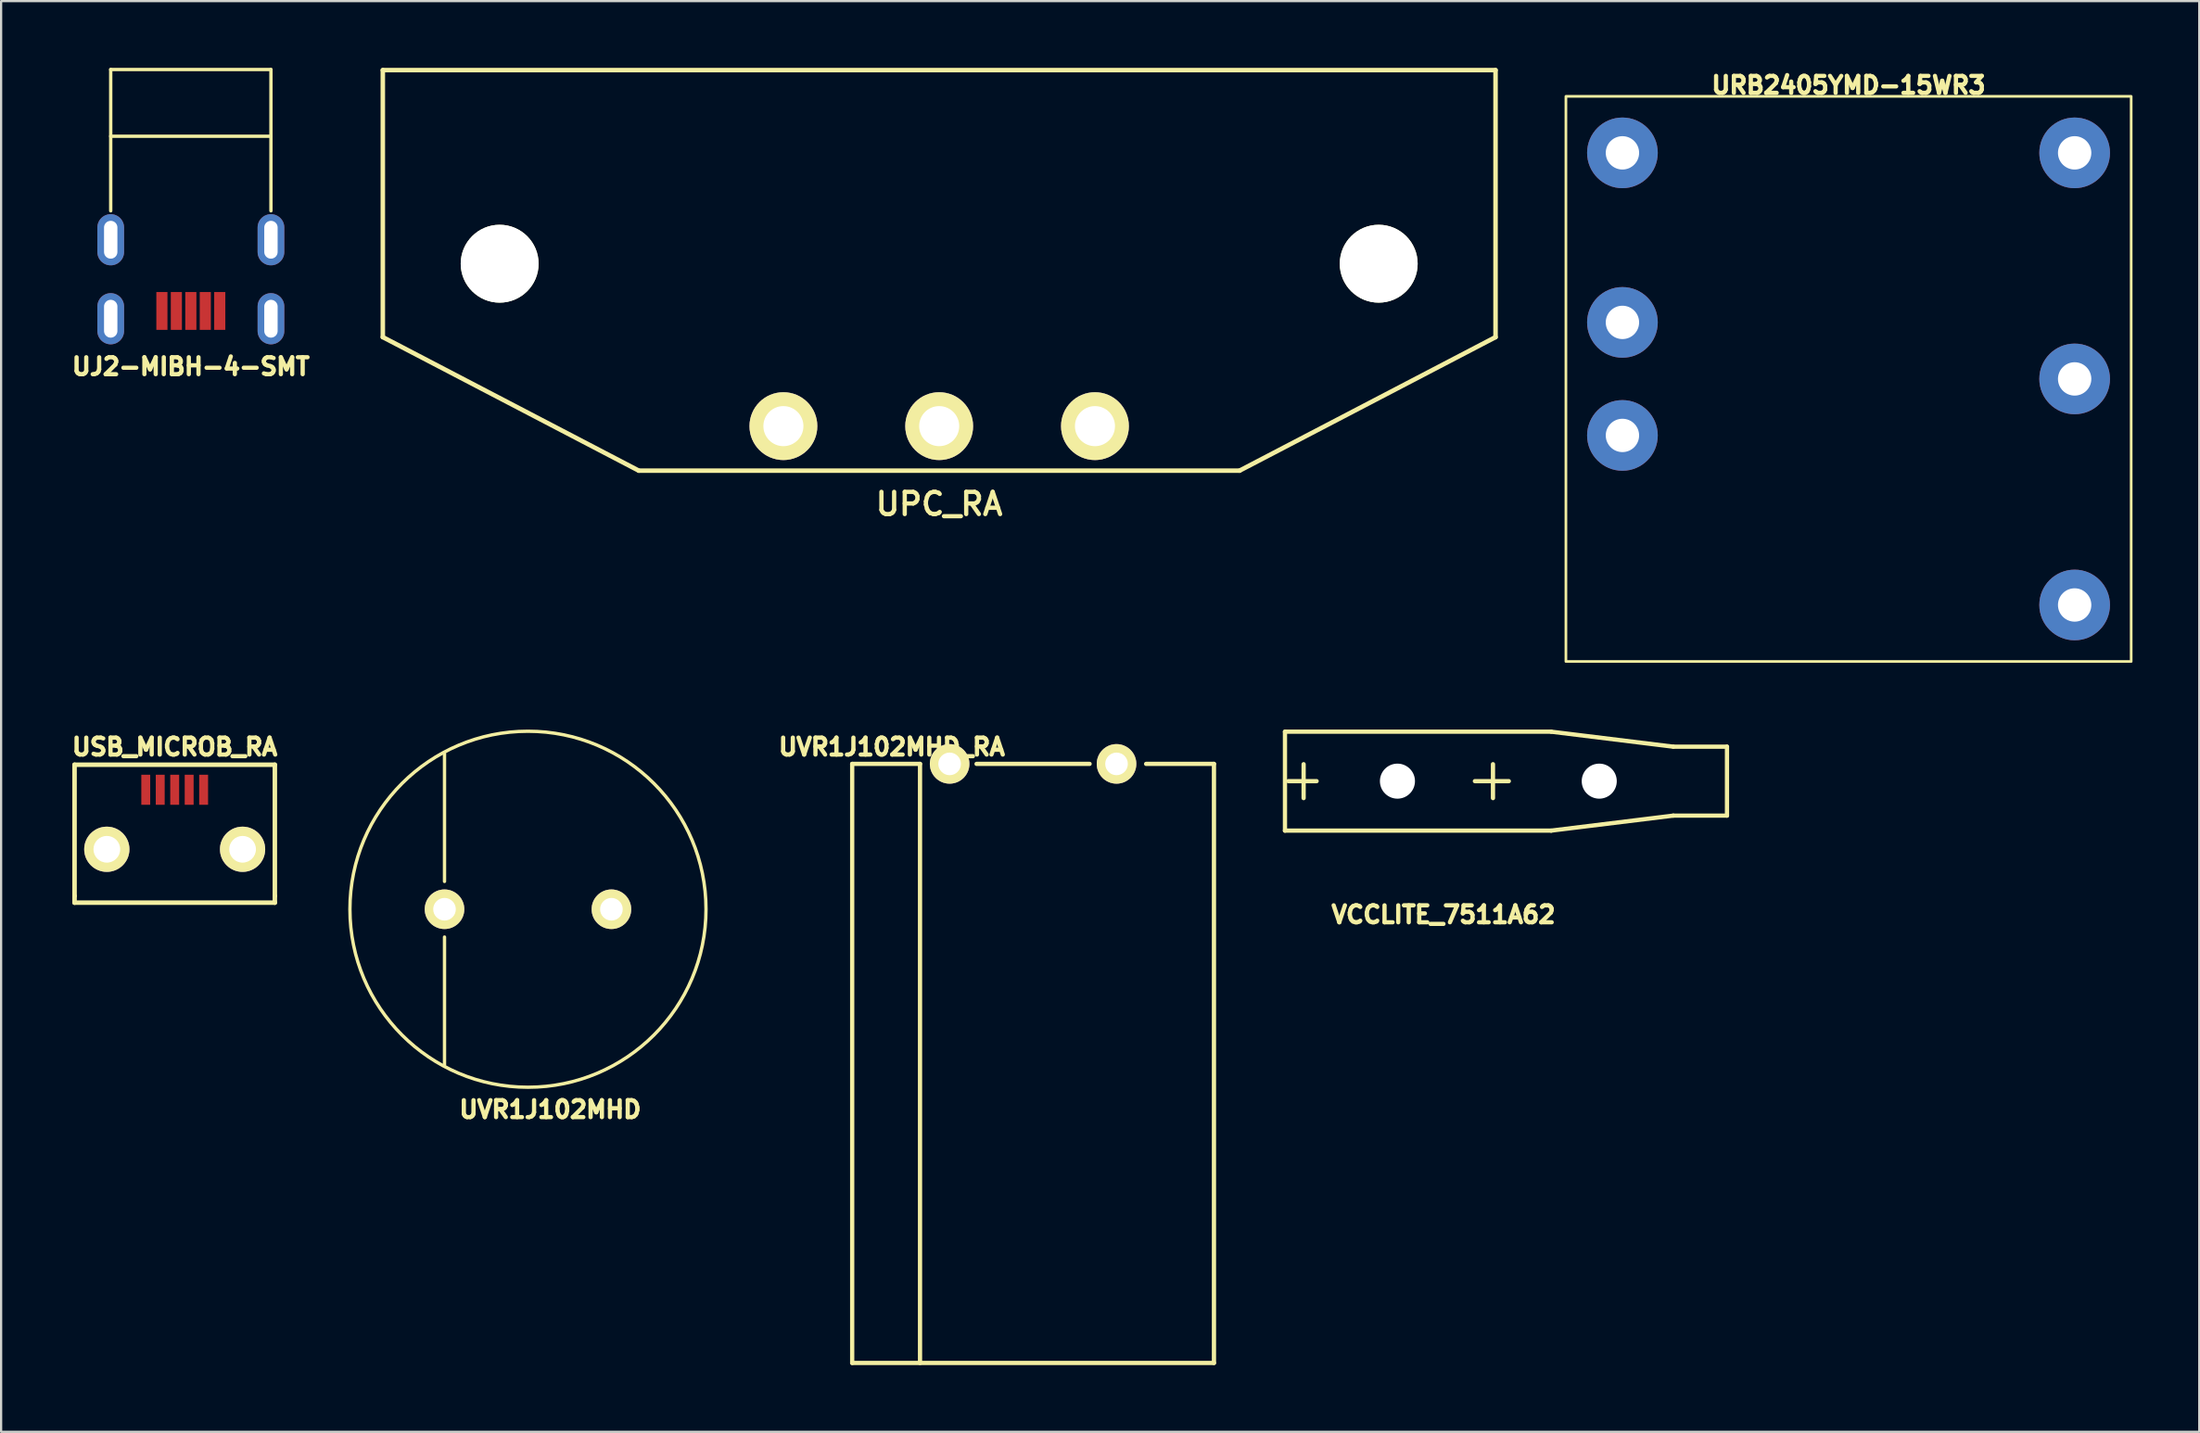
<source format=kicad_pcb>
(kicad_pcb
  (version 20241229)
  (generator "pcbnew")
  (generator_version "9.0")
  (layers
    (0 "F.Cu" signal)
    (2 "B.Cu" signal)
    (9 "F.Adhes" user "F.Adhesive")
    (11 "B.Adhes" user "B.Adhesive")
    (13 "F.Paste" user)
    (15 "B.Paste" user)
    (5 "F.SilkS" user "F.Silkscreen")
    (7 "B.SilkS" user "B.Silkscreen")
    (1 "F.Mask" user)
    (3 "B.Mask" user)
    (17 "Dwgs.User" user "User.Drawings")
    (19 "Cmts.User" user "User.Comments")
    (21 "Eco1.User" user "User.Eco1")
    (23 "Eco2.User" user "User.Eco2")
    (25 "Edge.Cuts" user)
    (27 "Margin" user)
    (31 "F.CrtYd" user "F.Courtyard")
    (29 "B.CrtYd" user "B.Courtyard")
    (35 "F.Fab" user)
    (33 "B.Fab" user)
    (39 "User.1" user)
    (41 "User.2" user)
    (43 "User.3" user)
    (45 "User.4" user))
  (footprint "UVR1J102MHD_RA"
    (layer "F.Cu")
    (at 43.371 31.282)
    (property "Reference" "UVR1J102MHD_RA" (at -6.35 -0.762 0) (layer "F.SilkS") (effects (font (size 0.762 0.762) (thickness 0.191))))
    (attr through_hole)
    (fp_line (start -8.128 0) (end -8.128 26.924) (stroke (width 0.191) (type solid)) (layer "F.SilkS"))
    (fp_line (start -8.128 26.924) (end 8.128 26.924) (stroke (width 0.191) (type solid)) (layer "F.SilkS"))
    (fp_line (start -5.08 0) (end -8.128 0) (stroke (width 0.191) (type solid)) (layer "F.SilkS"))
    (fp_line (start -5.08 0) (end -5.08 26.924) (stroke (width 0.191) (type solid)) (layer "F.SilkS"))
    (fp_line (start -2.54 0) (end 2.54 0) (stroke (width 0.191) (type solid)) (layer "F.SilkS"))
    (fp_line (start 5.08 0) (end 8.128 0) (stroke (width 0.191) (type solid)) (layer "F.SilkS"))
    (fp_line (start 8.128 26.924) (end 8.128 0) (stroke (width 0.191) (type solid)) (layer "F.SilkS"))
    (pad "1" thru_hole circle (at -3.75 0) (size 1.778 1.778) (drill 1.016) (layers "*.Cu" "*.Mask" "F.SilkS"))
    (pad "2" thru_hole circle (at 3.75 0) (size 1.778 1.778) (drill 1.016) (layers "*.Cu" "*.Mask" "F.SilkS")))
  (footprint "USB_MICROB_RA"
    (layer "F.Cu")
    (at 4.8 35.12)
    (property "Reference" "USB_MICROB_RA" (at 0 -4.6 0) (layer "F.SilkS") (effects (font (size 0.762 0.762) (thickness 0.191))))
    (attr through_hole)
    (fp_line (start -4.5 -3.8) (end -4.5 2.1) (stroke (width 0.203) (type solid)) (layer "F.SilkS"))
    (fp_line (start -4.5 2.1) (end -4.5 2.4) (stroke (width 0.203) (type solid)) (layer "F.SilkS"))
    (fp_line (start -4.5 2.4) (end 4.5 2.4) (stroke (width 0.203) (type solid)) (layer "F.SilkS"))
    (fp_line (start 4.5 -3.8) (end -4.5 -3.8) (stroke (width 0.203) (type solid)) (layer "F.SilkS"))
    (fp_line (start 4.5 2.1) (end 4.5 -3.8) (stroke (width 0.203) (type solid)) (layer "F.SilkS"))
    (fp_line (start 4.5 2.1) (end 4.5 2.4) (stroke (width 0.203) (type solid)) (layer "F.SilkS"))
    (pad "1" smd rect (at -1.3 -2.675) (size 0.4 1.35) (layers "F.Cu" "F.Mask" "F.Paste"))
    (pad "2" smd rect (at -0.65 -2.675) (size 0.4 1.35) (layers "F.Cu" "F.Mask" "F.Paste"))
    (pad "3" smd rect (at 0 -2.675) (size 0.4 1.35) (layers "F.Cu" "F.Mask" "F.Paste"))
    (pad "4" smd rect (at 0.65 -2.675) (size 0.4 1.35) (layers "F.Cu" "F.Mask" "F.Paste"))
    (pad "5" smd rect (at 1.3 -2.675) (size 0.4 1.35) (layers "F.Cu" "F.Mask" "F.Paste"))
    (pad "SH1" thru_hole circle (at -3.05 0) (size 2.032 2.032) (drill 1.2) (layers "*.Cu" "*.Mask" "F.SilkS"))
    (pad "SH2" thru_hole circle (at 3.05 0) (size 2.032 2.032) (drill 1.2) (layers "*.Cu" "*.Mask" "F.SilkS")))
  (footprint "URB2405YMD-15WR3"
    (layer "F.Cu")
    (at 80.014 13.98)
    (property "Reference" "URB2405YMD-15WR3" (at 0 -13.2 0) (unlocked yes) (layer "F.SilkS") (effects (font (size 0.762 0.762) (thickness 0.191))))
    (attr through_hole)
    (fp_rect (start -12.7 -12.7) (end 12.7 12.7) (stroke (width 0.12) (type solid)) (fill no) (layer "F.SilkS"))
    (pad "1" thru_hole circle (at -10.16 -10.16) (size 3.175 3.175) (drill 1.499) (layers "*.Cu" "*.Mask"))
    (pad "2" thru_hole circle (at -10.16 -2.54) (size 3.175 3.175) (drill 1.499) (layers "*.Cu" "*.Mask"))
    (pad "3" thru_hole circle (at -10.16 2.54) (size 3.175 3.175) (drill 1.499) (layers "*.Cu" "*.Mask"))
    (pad "4" thru_hole circle (at 10.16 10.16) (size 3.175 3.175) (drill 1.499) (layers "*.Cu" "*.Mask"))
    (pad "5" thru_hole circle (at 10.16 0) (size 3.175 3.175) (drill 1.499) (layers "*.Cu" "*.Mask"))
    (pad "6" thru_hole circle (at 10.16 -10.16) (size 3.175 3.175) (drill 1.499) (layers "*.Cu" "*.Mask")))
  (footprint "UPC_RA"
    (layer "F.Cu")
    (at 39.152 16.102)
    (property "Reference" "UPC_RA" (at 0 3.5 0) (layer "F.SilkS") (effects (font (size 1 1) (thickness 0.191))))
    (attr through_hole)
    (fp_line (start -25 -4) (end -25 -16) (stroke (width 0.203) (type solid)) (layer "F.SilkS"))
    (fp_line (start -13.5 2) (end -25 -4) (stroke (width 0.203) (type solid)) (layer "F.SilkS"))
    (fp_line (start -13.5 2) (end 13.5 2) (stroke (width 0.203) (type solid)) (layer "F.SilkS"))
    (fp_line (start 13.5 2) (end 25 -4) (stroke (width 0.203) (type solid)) (layer "F.SilkS"))
    (fp_line (start 25 -16) (end -25 -16) (stroke (width 0.203) (type solid)) (layer "F.SilkS"))
    (fp_line (start 25 -4) (end 25 -16) (stroke (width 0.203) (type solid)) (layer "F.SilkS"))
    (pad "" np_thru_hole circle (at -19.75 -7.3) (size 3.5 3.5) (drill 3.5) (layers "*.Cu" "*.Mask" "F.SilkS"))
    (pad "" np_thru_hole circle (at 19.75 -7.3) (size 3.5 3.5) (drill 3.5) (layers "*.Cu" "*.Mask" "F.SilkS"))
    (pad "1" thru_hole circle (at -7 0) (size 3.048 3.048) (drill 1.8) (layers "*.Cu" "*.Mask" "F.SilkS"))
    (pad "2" thru_hole circle (at 0 0) (size 3.048 3.048) (drill 1.8) (layers "*.Cu" "*.Mask" "F.SilkS"))
    (pad "3" thru_hole circle (at 7 0) (size 3.048 3.048) (drill 1.8) (layers "*.Cu" "*.Mask" "F.SilkS")))
  (footprint "UVR1J102MHD"
    (layer "F.Cu")
    (at 16.924 37.815)
    (property "Reference" "UVR1J102MHD" (at 4.75 9 0) (layer "F.SilkS") (effects (font (size 0.762 0.762) (thickness 0.191))))
    (attr through_hole)
    (fp_line (start 0 -7) (end 0 -1.25) (stroke (width 0.15) (type solid)) (layer "F.SilkS"))
    (fp_line (start 0 1.25) (end 0 7) (stroke (width 0.15) (type solid)) (layer "F.SilkS"))
    (fp_circle (center 3.75 0) (end 11.75 0) (stroke (width 0.15) (type solid)) (fill no) (layer "F.SilkS"))
    (pad "1" thru_hole circle (at 0 0) (size 1.778 1.778) (drill 1.016) (layers "*.Cu" "*.Mask" "F.SilkS"))
    (pad "2" thru_hole circle (at 7.5 0) (size 1.778 1.778) (drill 1.016) (layers "*.Cu" "*.Mask" "F.SilkS")))
  (footprint "VCCLITE_7511A62"
    (layer "F.Cu")
    (at 68.812 32.058)
    (property "Reference" "VCCLITE_7511A62" (at -7 6 0) (layer "F.SilkS") (effects (font (size 0.762 0.762) (thickness 0.191))))
    (attr through_hole)
    (fp_line (start -14.122 -2.223) (end -14.122 2.223) (stroke (width 0.191) (type solid)) (layer "F.SilkS"))
    (fp_line (start -14.122 2.223) (end -2.159 2.223) (stroke (width 0.191) (type solid)) (layer "F.SilkS"))
    (fp_line (start -13.97 0) (end -12.7 0) (stroke (width 0.191) (type solid)) (layer "F.SilkS"))
    (fp_line (start -13.284 -0.762) (end -13.284 0.762) (stroke (width 0.191) (type solid)) (layer "F.SilkS"))
    (fp_line (start -5.588 0) (end -4.064 0) (stroke (width 0.191) (type solid)) (layer "F.SilkS"))
    (fp_line (start -4.775 -0.762) (end -4.775 0.762) (stroke (width 0.191) (type solid)) (layer "F.SilkS"))
    (fp_line (start -2.159 -2.223) (end -14.122 -2.223) (stroke (width 0.191) (type solid)) (layer "F.SilkS"))
    (fp_line (start -2.159 -2.223) (end 3.327 -1.549) (stroke (width 0.191) (type solid)) (layer "F.SilkS"))
    (fp_line (start -2.159 2.223) (end 3.327 1.549) (stroke (width 0.191) (type solid)) (layer "F.SilkS"))
    (fp_line (start 5.74 -1.549) (end 3.327 -1.549) (stroke (width 0.191) (type solid)) (layer "F.SilkS"))
    (fp_line (start 5.74 -1.549) (end 5.74 1.549) (stroke (width 0.191) (type solid)) (layer "F.SilkS"))
    (fp_line (start 5.74 1.549) (end 3.327 1.549) (stroke (width 0.191) (type solid)) (layer "F.SilkS"))
    (pad "" np_thru_hole circle (at -9.068 0) (size 1.575 1.575) (drill 1.575) (layers "*.Cu" "*.Mask"))
    (pad "" np_thru_hole circle (at 0 0) (size 1.575 1.575) (drill 1.575) (layers "*.Cu" "*.Mask")))
  (footprint "UJ2-MIBH-4-SMT"
    (layer "F.Cu")
    (at 5.525 10.925)
    (property "Reference" "UJ2-MIBH-4-SMT" (at 0 2.5 0) (layer "F.SilkS") (effects (font (size 0.762 0.762) (thickness 0.191))))
    (attr through_hole)
    (fp_line (start -3.6 -10.85) (end -3.6 -4.5) (stroke (width 0.15) (type solid)) (layer "F.SilkS"))
    (fp_line (start -3.6 -10.85) (end 3.6 -10.85) (stroke (width 0.15) (type solid)) (layer "F.SilkS"))
    (fp_line (start -3.6 -7.85) (end 3.6 -7.85) (stroke (width 0.15) (type solid)) (layer "F.SilkS"))
    (fp_line (start 3.6 -10.85) (end 3.6 -4.5) (stroke (width 0.15) (type solid)) (layer "F.SilkS"))
    (pad "1" smd rect (at 1.3 0) (size 0.5 1.7) (layers "F.Cu" "F.Mask" "F.Paste"))
    (pad "2" smd rect (at 0.65 0) (size 0.5 1.7) (layers "F.Cu" "F.Mask" "F.Paste"))
    (pad "3" smd rect (at 0 0) (size 0.5 1.7) (layers "F.Cu" "F.Mask" "F.Paste"))
    (pad "4" smd rect (at -0.65 0) (size 0.5 1.7) (layers "F.Cu" "F.Mask" "F.Paste"))
    (pad "5" smd rect (at -1.3 0) (size 0.5 1.7) (layers "F.Cu" "F.Mask" "F.Paste"))
    (pad "SH1" thru_hole oval (at 3.6 0.35) (size 1.2 2.3) (drill oval 0.6 1.7) (layers "*.Cu" "*.Mask"))
    (pad "SH2" thru_hole oval (at -3.6 0.35) (size 1.2 2.3) (drill oval 0.6 1.7) (layers "*.Cu" "*.Mask"))
    (pad "SH3" thru_hole oval (at 3.6 -3.2) (size 1.2 2.3) (drill oval 0.6 1.7) (layers "*.Cu" "*.Mask"))
    (pad "SH4" thru_hole oval (at -3.6 -3.2) (size 1.2 2.3) (drill oval 0.6 1.7) (layers "*.Cu" "*.Mask")))
  (gr_rect
    (start -3 -3)
    (end 95.774 61.301)
    (stroke (width 0.1) (type default))
    (fill no)
    (layer "Edge.Cuts")))
</source>
